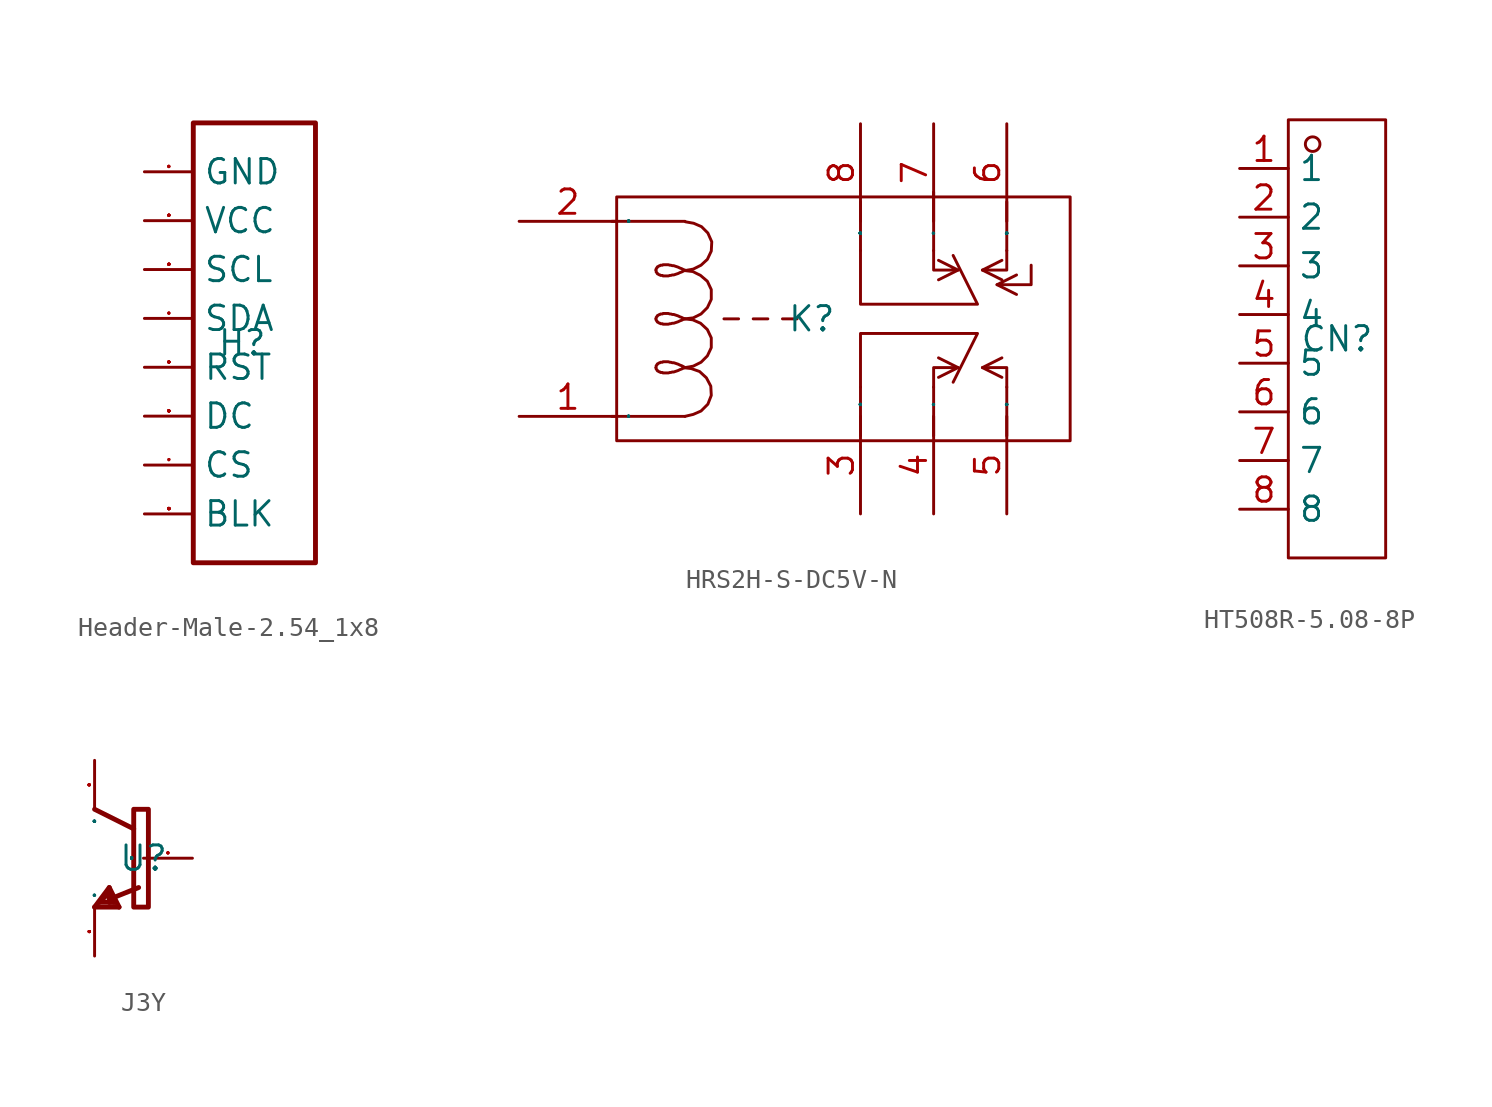
<source format=kicad_sym>
(kicad_symbol_lib
  (version 20241209)
  (generator "kicad_symbol_editor")
  (generator_version "9.0")
  (symbol "Header-Male-2.54_1x8"
    (property "Reference" "H"
      (at 0 0 0)
      (effects (font (size 1.27 1.27))))
    (property "Value" ""
      (at 0 0 0)
      (effects (font (size 1.27 1.27))))
    (symbol "Header-Male-2.54_1x8_1_0"
      (rectangle (start -2.54 11.43) (end 3.81 -11.43) (stroke (width 0.254) (type default)) (fill (type none)))
      (pin unspecified line (at -5.08 8.89 0) (length 2.54) (name "GND" (effects (font (size 1.27 1.27)))) (number "1" (effects (font (size 0.025 0.025)))))
      (pin unspecified line (at -5.08 6.35 0) (length 2.54) (name "VCC" (effects (font (size 1.27 1.27)))) (number "2" (effects (font (size 0.025 0.025)))))
      (pin unspecified line (at -5.08 3.81 0) (length 2.54) (name "SCL" (effects (font (size 1.27 1.27)))) (number "3" (effects (font (size 0.025 0.025)))))
      (pin unspecified line (at -5.08 1.27 0) (length 2.54) (name "SDA" (effects (font (size 1.27 1.27)))) (number "4" (effects (font (size 0.025 0.025)))))
      (pin unspecified line (at -5.08 -1.27 0) (length 2.54) (name "RST" (effects (font (size 1.27 1.27)))) (number "5" (effects (font (size 0.025 0.025)))))
      (pin unspecified line (at -5.08 -3.81 0) (length 2.54) (name "DC" (effects (font (size 1.27 1.27)))) (number "6" (effects (font (size 0.025 0.025)))))
      (pin unspecified line (at -5.08 -6.35 0) (length 2.54) (name "CS" (effects (font (size 1.27 1.27)))) (number "7" (effects (font (size 0.025 0.025)))))
      (pin unspecified line (at -5.08 -8.89 0) (length 2.54) (name "BLK" (effects (font (size 1.27 1.27)))) (number "8" (effects (font (size 0.025 0.025)))))))
  (symbol "HRS2H-S-DC5V-N"
    (property "Reference" "K"
      (at 0 0 0)
      (effects (font (size 1.27 1.27))))
    (property "Value" ""
      (at 0 0 0)
      (effects (font (size 1.27 1.27))))
    (symbol "HRS2H-S-DC5V-N_1_0"
      (polyline (pts (xy -10.414 5.08) (xy -6.604 5.08)) (stroke (width 0) (type default)) (fill (type none)))
      (rectangle (start -10.16 -6.35) (end 13.462 6.35) (stroke (width 0) (type default)) (fill (type none)))
      (polyline (pts (xy -6.604 2.54) (xy -6.68 2.489) (xy -6.68 2.489) (xy -6.782 2.438) (xy -6.782 2.438) (xy -6.858 2.413) (xy -6.858 2.413) (xy -6.96 2.362) (xy -6.96 2.362) (xy -7.036 2.337) (xy -7.036 2.337) (xy -7.112 2.311) (xy -7.112 2.311) (xy -7.188 2.286) (xy -7.188 2.286) (xy -7.264 2.286) (xy -7.264 2.286) (xy -7.341 2.261) (xy -7.341 2.261) (xy -7.391 2.261) (xy -7.391 2.261) (xy -7.468 2.235) (xy -7.468 2.235) (xy -7.518 2.235) (xy -7.518 2.235) (xy -7.569 2.235) (xy -7.569 2.235) (xy -7.645 2.235) (xy -7.645 2.235) (xy -7.696 2.235) (xy -7.696 2.235) (xy -7.747 2.235) (xy -7.747 2.235) (xy -7.772 2.261) (xy -7.772 2.261) (xy -7.823 2.261) (xy -7.823 2.261) (xy -7.874 2.261) (xy -7.874 2.261) (xy -7.899 2.286) (xy -7.899 2.286) (xy -7.925 2.286) (xy -7.925 2.286) (xy -7.976 2.311) (xy -7.976 2.311) (xy -8.001 2.337) (xy -8.001 2.337) (xy -8.026 2.337) (xy -8.026 2.337) (xy -8.052 2.362) (xy -8.052 2.362) (xy -8.052 2.388) (xy -8.052 2.388) (xy -8.077 2.413) (xy -8.077 2.413) (xy -8.103 2.438) (xy -8.103 2.438) (xy -8.103 2.464) (xy -8.103 2.464) (xy -8.103 2.489) (xy -8.103 2.489) (xy -8.103 2.515) (xy -8.103 2.515) (xy -8.128 2.54) (xy -8.128 2.54) (xy -8.103 2.54) (xy -8.103 2.54) (xy -8.103 2.565) (xy -8.103 2.565) (xy -8.103 2.591) (xy -8.103 2.591) (xy -8.103 2.616) (xy -8.103 2.616) (xy -8.077 2.642) (xy -8.077 2.642) (xy -8.052 2.667) (xy -8.052 2.667) (xy -8.052 2.692) (xy -8.052 2.692) (xy -8.026 2.718) (xy -8.026 2.718) (xy -8.001 2.718) (xy -8.001 2.718) (xy -7.976 2.743) (xy -7.976 2.743) (xy -7.925 2.769) (xy -7.925 2.769) (xy -7.899 2.769) (xy -7.899 2.769) (xy -7.874 2.794) (xy -7.874 2.794) (xy -7.823 2.794) (xy -7.823 2.794) (xy -7.772 2.794) (xy -7.772 2.794) (xy -7.747 2.819) (xy -7.747 2.819) (xy -7.696 2.819) (xy -7.696 2.819) (xy -7.645 2.819) (xy -7.645 2.819) (xy -7.569 2.819) (xy -7.569 2.819) (xy -7.518 2.819) (xy -7.518 2.819) (xy -7.468 2.819) (xy -7.468 2.819) (xy -7.391 2.794) (xy -7.391 2.794) (xy -7.341 2.794) (xy -7.341 2.794) (xy -7.264 2.769) (xy -7.264 2.769) (xy -7.188 2.769) (xy -7.188 2.769) (xy -7.112 2.743) (xy -7.112 2.743) (xy -7.036 2.718) (xy -7.036 2.718) (xy -6.96 2.692) (xy -6.96 2.692) (xy -6.858 2.642) (xy -6.858 2.642) (xy -6.782 2.616) (xy -6.782 2.616) (xy -6.68 2.565) (xy -6.68 2.565) (xy -6.604 2.54)) (stroke (width 0) (type default)) (fill (type none)))
      (polyline (pts (xy -6.604 2.515) (xy -6.172 2.591) (xy -6.172 2.591) (xy -5.766 2.794) (xy -5.766 2.794) (xy -5.436 3.099) (xy -5.436 3.099) (xy -5.232 3.531) (xy -5.232 3.531) (xy -5.207 4.013) (xy -5.207 4.013) (xy -5.41 4.47) (xy -5.41 4.47) (xy -5.74 4.801) (xy -5.74 4.801) (xy -6.147 4.978) (xy -6.147 4.978) (xy -6.579 5.055)) (stroke (width 0) (type default)) (fill (type none)))
      (polyline (pts (xy -6.604 0) (xy -6.172 0.051) (xy -6.172 0.051) (xy -5.766 0.254) (xy -5.766 0.254) (xy -5.436 0.584) (xy -5.436 0.584) (xy -5.232 1.016) (xy -5.232 1.016) (xy -5.232 1.524) (xy -5.232 1.524) (xy -5.436 1.956) (xy -5.436 1.956) (xy -5.791 2.261) (xy -5.791 2.261) (xy -6.198 2.464) (xy -6.198 2.464) (xy -6.629 2.515)) (stroke (width 0) (type default)) (fill (type none)))
      (polyline (pts (xy -6.604 0) (xy -6.68 -0.025) (xy -6.68 -0.025) (xy -6.782 -0.076) (xy -6.782 -0.076) (xy -6.858 -0.102) (xy -6.858 -0.102) (xy -6.96 -0.152) (xy -6.96 -0.152) (xy -7.036 -0.178) (xy -7.036 -0.178) (xy -7.112 -0.203) (xy -7.112 -0.203) (xy -7.188 -0.229) (xy -7.188 -0.229) (xy -7.264 -0.229) (xy -7.264 -0.229) (xy -7.341 -0.254) (xy -7.341 -0.254) (xy -7.391 -0.254) (xy -7.391 -0.254) (xy -7.468 -0.279) (xy -7.468 -0.279) (xy -7.518 -0.279) (xy -7.518 -0.279) (xy -7.569 -0.279) (xy -7.569 -0.279) (xy -7.645 -0.279) (xy -7.645 -0.279) (xy -7.696 -0.279) (xy -7.696 -0.279) (xy -7.747 -0.279) (xy -7.747 -0.279) (xy -7.772 -0.254) (xy -7.772 -0.254) (xy -7.823 -0.254) (xy -7.823 -0.254) (xy -7.874 -0.254) (xy -7.874 -0.254) (xy -7.899 -0.229) (xy -7.899 -0.229) (xy -7.925 -0.229) (xy -7.925 -0.229) (xy -7.976 -0.203) (xy -7.976 -0.203) (xy -8.001 -0.178) (xy -8.001 -0.178) (xy -8.026 -0.178) (xy -8.026 -0.178) (xy -8.052 -0.152) (xy -8.052 -0.152) (xy -8.052 -0.127) (xy -8.052 -0.127) (xy -8.077 -0.102) (xy -8.077 -0.102) (xy -8.103 -0.076) (xy -8.103 -0.076) (xy -8.103 -0.051) (xy -8.103 -0.051) (xy -8.103 -0.025) (xy -8.103 -0.025) (xy -8.103 0) (xy -8.103 0) (xy -8.128 0) (xy -8.128 0) (xy -8.103 0) (xy -8.103 0) (xy -8.103 0.025) (xy -8.103 0.025) (xy -8.103 0.051) (xy -8.103 0.051) (xy -8.103 0.076) (xy -8.103 0.076) (xy -8.077 0.102) (xy -8.077 0.102) (xy -8.052 0.127) (xy -8.052 0.127) (xy -8.052 0.152) (xy -8.052 0.152) (xy -8.026 0.178) (xy -8.026 0.178) (xy -8.001 0.178) (xy -8.001 0.178) (xy -7.976 0.203) (xy -7.976 0.203) (xy -7.925 0.229) (xy -7.925 0.229) (xy -7.899 0.229) (xy -7.899 0.229) (xy -7.874 0.254) (xy -7.874 0.254) (xy -7.823 0.254) (xy -7.823 0.254) (xy -7.772 0.254) (xy -7.772 0.254) (xy -7.747 0.279) (xy -7.747 0.279) (xy -7.696 0.279) (xy -7.696 0.279) (xy -7.645 0.279) (xy -7.645 0.279) (xy -7.569 0.279) (xy -7.569 0.279) (xy -7.518 0.279) (xy -7.518 0.279) (xy -7.468 0.279) (xy -7.468 0.279) (xy -7.391 0.254) (xy -7.391 0.254) (xy -7.341 0.254) (xy -7.341 0.254) (xy -7.264 0.229) (xy -7.264 0.229) (xy -7.188 0.229) (xy -7.188 0.229) (xy -7.112 0.203) (xy -7.112 0.203) (xy -7.036 0.178) (xy -7.036 0.178) (xy -6.96 0.152) (xy -6.96 0.152) (xy -6.858 0.102) (xy -6.858 0.102) (xy -6.782 0.076) (xy -6.782 0.076) (xy -6.68 0.025) (xy -6.68 0.025) (xy -6.604 0)) (stroke (width 0) (type default)) (fill (type none)))
      (polyline (pts (xy -6.604 -2.54) (xy -6.172 -2.464) (xy -6.172 -2.464) (xy -5.766 -2.261) (xy -5.766 -2.261) (xy -5.436 -1.93) (xy -5.436 -1.93) (xy -5.232 -1.499) (xy -5.232 -1.499) (xy -5.232 -0.991) (xy -5.232 -0.991) (xy -5.436 -0.559) (xy -5.436 -0.559) (xy -5.791 -0.229) (xy -5.791 -0.229) (xy -6.198 -0.051) (xy -6.198 -0.051) (xy -6.629 0)) (stroke (width 0) (type default)) (fill (type none)))
      (polyline (pts (xy -6.604 -2.54) (xy -6.68 -2.565) (xy -6.68 -2.565) (xy -6.782 -2.616) (xy -6.782 -2.616) (xy -6.858 -2.642) (xy -6.858 -2.642) (xy -6.96 -2.692) (xy -6.96 -2.692) (xy -7.036 -2.718) (xy -7.036 -2.718) (xy -7.112 -2.743) (xy -7.112 -2.743) (xy -7.188 -2.769) (xy -7.188 -2.769) (xy -7.264 -2.769) (xy -7.264 -2.769) (xy -7.341 -2.794) (xy -7.341 -2.794) (xy -7.391 -2.794) (xy -7.391 -2.794) (xy -7.468 -2.819) (xy -7.468 -2.819) (xy -7.518 -2.819) (xy -7.518 -2.819) (xy -7.569 -2.819) (xy -7.569 -2.819) (xy -7.645 -2.819) (xy -7.645 -2.819) (xy -7.696 -2.819) (xy -7.696 -2.819) (xy -7.747 -2.819) (xy -7.747 -2.819) (xy -7.772 -2.794) (xy -7.772 -2.794) (xy -7.823 -2.794) (xy -7.823 -2.794) (xy -7.874 -2.794) (xy -7.874 -2.794) (xy -7.899 -2.769) (xy -7.899 -2.769) (xy -7.925 -2.769) (xy -7.925 -2.769) (xy -7.976 -2.743) (xy -7.976 -2.743) (xy -8.001 -2.718) (xy -8.001 -2.718) (xy -8.026 -2.718) (xy -8.026 -2.718) (xy -8.052 -2.692) (xy -8.052 -2.692) (xy -8.052 -2.667) (xy -8.052 -2.667) (xy -8.077 -2.642) (xy -8.077 -2.642) (xy -8.103 -2.616) (xy -8.103 -2.616) (xy -8.103 -2.591) (xy -8.103 -2.591) (xy -8.103 -2.565) (xy -8.103 -2.565) (xy -8.103 -2.54) (xy -8.103 -2.54) (xy -8.128 -2.54) (xy -8.128 -2.54) (xy -8.103 -2.515) (xy -8.103 -2.515) (xy -8.103 -2.489) (xy -8.103 -2.489) (xy -8.103 -2.464) (xy -8.103 -2.464) (xy -8.103 -2.438) (xy -8.103 -2.438) (xy -8.077 -2.413) (xy -8.077 -2.413) (xy -8.052 -2.388) (xy -8.052 -2.388) (xy -8.052 -2.362) (xy -8.052 -2.362) (xy -8.026 -2.337) (xy -8.026 -2.337) (xy -8.001 -2.337) (xy -8.001 -2.337) (xy -7.976 -2.311) (xy -7.976 -2.311) (xy -7.925 -2.286) (xy -7.925 -2.286) (xy -7.899 -2.286) (xy -7.899 -2.286) (xy -7.874 -2.261) (xy -7.874 -2.261) (xy -7.823 -2.261) (xy -7.823 -2.261) (xy -7.772 -2.261) (xy -7.772 -2.261) (xy -7.747 -2.235) (xy -7.747 -2.235) (xy -7.696 -2.235) (xy -7.696 -2.235) (xy -7.645 -2.235) (xy -7.645 -2.235) (xy -7.569 -2.235) (xy -7.569 -2.235) (xy -7.518 -2.235) (xy -7.518 -2.235) (xy -7.468 -2.235) (xy -7.468 -2.235) (xy -7.391 -2.261) (xy -7.391 -2.261) (xy -7.341 -2.261) (xy -7.341 -2.261) (xy -7.264 -2.286) (xy -7.264 -2.286) (xy -7.188 -2.286) (xy -7.188 -2.286) (xy -7.112 -2.311) (xy -7.112 -2.311) (xy -7.036 -2.337) (xy -7.036 -2.337) (xy -6.96 -2.362) (xy -6.96 -2.362) (xy -6.858 -2.413) (xy -6.858 -2.413) (xy -6.782 -2.438) (xy -6.782 -2.438) (xy -6.68 -2.489) (xy -6.68 -2.489) (xy -6.604 -2.54)) (stroke (width 0) (type default)) (fill (type none)))
      (polyline (pts (xy -6.604 -5.08) (xy -10.414 -5.08)) (stroke (width 0) (type default)) (fill (type none)))
      (polyline (pts (xy -6.604 -5.08) (xy -6.172 -4.978) (xy -6.172 -4.978) (xy -5.766 -4.801) (xy -5.766 -4.801) (xy -5.41 -4.445) (xy -5.41 -4.445) (xy -5.232 -3.988) (xy -5.232 -3.988) (xy -5.258 -3.505) (xy -5.258 -3.505) (xy -5.486 -3.073) (xy -5.486 -3.073) (xy -5.842 -2.743) (xy -5.842 -2.743) (xy -6.274 -2.591) (xy -6.274 -2.591) (xy -6.706 -2.54)) (stroke (width 0) (type default)) (fill (type none)))
      (polyline (pts (xy -3.81 0) (xy -4.572 0)) (stroke (width 0) (type default)) (fill (type none)))
      (polyline (pts (xy -2.286 0) (xy -3.048 0)) (stroke (width 0) (type default)) (fill (type none)))
      (polyline (pts (xy -0.762 0) (xy -1.524 0)) (stroke (width 0) (type default)) (fill (type none)))
      (polyline (pts (xy 2.54 6.096) (xy 2.54 3.556)) (stroke (width 0) (type default)) (fill (type none)))
      (polyline (pts (xy 2.54 3.556) (xy 2.54 0.762) (xy 2.54 0.762) (xy 8.636 0.762) (xy 8.636 0.762) (xy 7.366 3.302)) (stroke (width 0) (type default)) (fill (type none)))
      (polyline (pts (xy 2.54 -3.556) (xy 2.54 -0.762) (xy 2.54 -0.762) (xy 8.636 -0.762) (xy 8.636 -0.762) (xy 7.366 -3.302)) (stroke (width 0) (type default)) (fill (type none)))
      (polyline (pts (xy 2.54 -6.096) (xy 2.54 -3.556)) (stroke (width 0) (type default)) (fill (type none)))
      (polyline (pts (xy 6.35 6.604) (xy 6.35 3.556)) (stroke (width 0) (type default)) (fill (type none)))
      (polyline (pts (xy 6.35 3.556) (xy 6.35 2.54) (xy 6.35 2.54) (xy 7.62 2.54) (xy 7.62 2.54) (xy 6.604 3.048)) (stroke (width 0) (type default)) (fill (type none)))
      (polyline (pts (xy 6.35 -3.556) (xy 6.35 -2.54) (xy 6.35 -2.54) (xy 7.62 -2.54) (xy 7.62 -2.54) (xy 6.604 -3.048)) (stroke (width 0) (type default)) (fill (type none)))
      (polyline (pts (xy 6.35 -6.096) (xy 6.35 -3.556)) (stroke (width 0) (type default)) (fill (type none)))
      (polyline (pts (xy 7.62 2.54) (xy 6.604 2.032)) (stroke (width 0) (type default)) (fill (type none)))
      (polyline (pts (xy 7.62 -2.54) (xy 6.604 -2.032)) (stroke (width 0) (type default)) (fill (type none)))
      (polyline (pts (xy 8.89 2.54) (xy 9.906 2.032)) (stroke (width 0) (type default)) (fill (type none)))
      (polyline (pts (xy 8.89 -2.54) (xy 9.906 -2.032)) (stroke (width 0) (type default)) (fill (type none)))
      (polyline (pts (xy 9.652 1.778) (xy 10.668 1.27)) (stroke (width 0) (type default)) (fill (type none)))
      (polyline (pts (xy 10.16 6.096) (xy 10.16 3.556)) (stroke (width 0) (type default)) (fill (type none)))
      (polyline (pts (xy 10.16 3.556) (xy 10.16 2.54) (xy 10.16 2.54) (xy 8.89 2.54) (xy 8.89 2.54) (xy 9.906 3.048)) (stroke (width 0) (type default)) (fill (type none)))
      (polyline (pts (xy 10.16 -3.556) (xy 10.16 -2.54) (xy 10.16 -2.54) (xy 8.89 -2.54) (xy 8.89 -2.54) (xy 9.906 -3.048)) (stroke (width 0) (type default)) (fill (type none)))
      (polyline (pts (xy 10.16 -6.096) (xy 10.16 -3.556)) (stroke (width 0) (type default)) (fill (type none)))
      (polyline (pts (xy 11.43 2.794) (xy 11.43 1.778) (xy 11.43 1.778) (xy 9.652 1.778) (xy 9.652 1.778) (xy 10.668 2.286)) (stroke (width 0) (type default)) (fill (type none)))
      (pin unspecified line (at -15.24 5.08 0) (length 5.08) (name "2" (effects (font (size 0.025 0.025)))) (number "2" (effects (font (size 1.27 1.27)))))
      (pin unspecified line (at -15.24 -5.08 0) (length 5.08) (name "1" (effects (font (size 0.025 0.025)))) (number "1" (effects (font (size 1.27 1.27)))))
      (pin unspecified line (at 2.54 10.16 270) (length 5.08) (name "8" (effects (font (size 0.025 0.025)))) (number "8" (effects (font (size 1.27 1.27)))))
      (pin unspecified line (at 2.54 -10.16 90) (length 5.08) (name "3" (effects (font (size 0.025 0.025)))) (number "3" (effects (font (size 1.27 1.27)))))
      (pin unspecified line (at 6.35 10.16 270) (length 5.08) (name "7" (effects (font (size 0.025 0.025)))) (number "7" (effects (font (size 1.27 1.27)))))
      (pin unspecified line (at 6.35 -10.16 90) (length 5.08) (name "4" (effects (font (size 0.025 0.025)))) (number "4" (effects (font (size 1.27 1.27)))))
      (pin unspecified line (at 10.16 10.16 270) (length 5.08) (name "6" (effects (font (size 0.025 0.025)))) (number "6" (effects (font (size 1.27 1.27)))))
      (pin unspecified line (at 10.16 -10.16 90) (length 5.08) (name "5" (effects (font (size 0.025 0.025)))) (number "5" (effects (font (size 1.27 1.27)))))))
  (symbol "HT508R-5.08-8P"
    (property "Reference" "CN"
      (at 0 0 0)
      (effects (font (size 1.27 1.27))))
    (property "Value" ""
      (at 0 0 0)
      (effects (font (size 1.27 1.27))))
    (symbol "HT508R-5.08-8P_1_0"
      (rectangle (start -2.54 -11.43) (end 2.54 11.43) (stroke (width 0) (type default)) (fill (type none)))
      (circle (center -1.27 10.16) (radius 0.381) (stroke (width 0) (type default)) (fill (type none)))
      (pin unspecified line (at -5.08 8.89 0) (length 2.54) (name "1" (effects (font (size 1.27 1.27)))) (number "1" (effects (font (size 1.27 1.27)))))
      (pin unspecified line (at -5.08 6.35 0) (length 2.54) (name "2" (effects (font (size 1.27 1.27)))) (number "2" (effects (font (size 1.27 1.27)))))
      (pin unspecified line (at -5.08 3.81 0) (length 2.54) (name "3" (effects (font (size 1.27 1.27)))) (number "3" (effects (font (size 1.27 1.27)))))
      (pin unspecified line (at -5.08 1.27 0) (length 2.54) (name "4" (effects (font (size 1.27 1.27)))) (number "4" (effects (font (size 1.27 1.27)))))
      (pin unspecified line (at -5.08 -1.27 0) (length 2.54) (name "5" (effects (font (size 1.27 1.27)))) (number "5" (effects (font (size 1.27 1.27)))))
      (pin unspecified line (at -5.08 -3.81 0) (length 2.54) (name "6" (effects (font (size 1.27 1.27)))) (number "6" (effects (font (size 1.27 1.27)))))
      (pin unspecified line (at -5.08 -6.35 0) (length 2.54) (name "7" (effects (font (size 1.27 1.27)))) (number "7" (effects (font (size 1.27 1.27)))))
      (pin unspecified line (at -5.08 -8.89 0) (length 2.54) (name "8" (effects (font (size 1.27 1.27)))) (number "8" (effects (font (size 1.27 1.27)))))))
  (symbol "J3Y"
    (property "Reference" "U"
      (at 0 0 0)
      (effects (font (size 1.27 1.27))))
    (property "Value" ""
      (at 0 0 0)
      (effects (font (size 1.27 1.27))))
    (symbol "J3Y_1_0"
      (polyline (pts (xy -2.54 2.54) (xy -0.508 1.524)) (stroke (width 0.254) (type default)) (fill (type none)))
      (polyline (pts (xy -2.54 -2.54) (xy -1.27 -2.54)) (stroke (width 0.254) (type default)) (fill (type none)))
      (polyline (pts (xy -2.286 -2.286) (xy -1.778 -1.778)) (stroke (width 0.254) (type default)) (fill (type none)))
      (polyline (pts (xy -1.778 -1.524) (xy -2.54 -2.54)) (stroke (width 0.254) (type default)) (fill (type none)))
      (polyline (pts (xy -1.778 -1.778) (xy -1.524 -2.286)) (stroke (width 0.254) (type default)) (fill (type none)))
      (polyline (pts (xy -1.778 -2.286) (xy -1.778 -2.032)) (stroke (width 0.254) (type default)) (fill (type none)))
      (polyline (pts (xy -1.524 -2.032) (xy -0.254 -1.524)) (stroke (width 0.254) (type default)) (fill (type none)))
      (polyline (pts (xy -1.524 -2.286) (xy -2.286 -2.286)) (stroke (width 0.254) (type default)) (fill (type none)))
      (polyline (pts (xy -1.524 -2.286) (xy -1.778 -2.286)) (stroke (width 0.254) (type default)) (fill (type none)))
      (polyline (pts (xy -1.27 -2.54) (xy -1.778 -1.524)) (stroke (width 0.254) (type default)) (fill (type none)))
      (rectangle (start -0.508 -2.54) (end 0.254 2.54) (stroke (width 0.254) (type default)) (fill (type none)))
      (pin unspecified line (at -2.54 5.08 270) (length 2.54) (name "C" (effects (font (size 0.025 0.025)))) (number "2" (effects (font (size 0.025 0.025)))))
      (pin unspecified line (at -2.54 -5.08 90) (length 2.54) (name "E" (effects (font (size 0.025 0.025)))) (number "3" (effects (font (size 0.025 0.025)))))
      (pin unspecified line (at 2.54 0 180) (length 2.54) (name "B" (effects (font (size 0.025 0.025)))) (number "1" (effects (font (size 0.025 0.025))))))))
</source>
